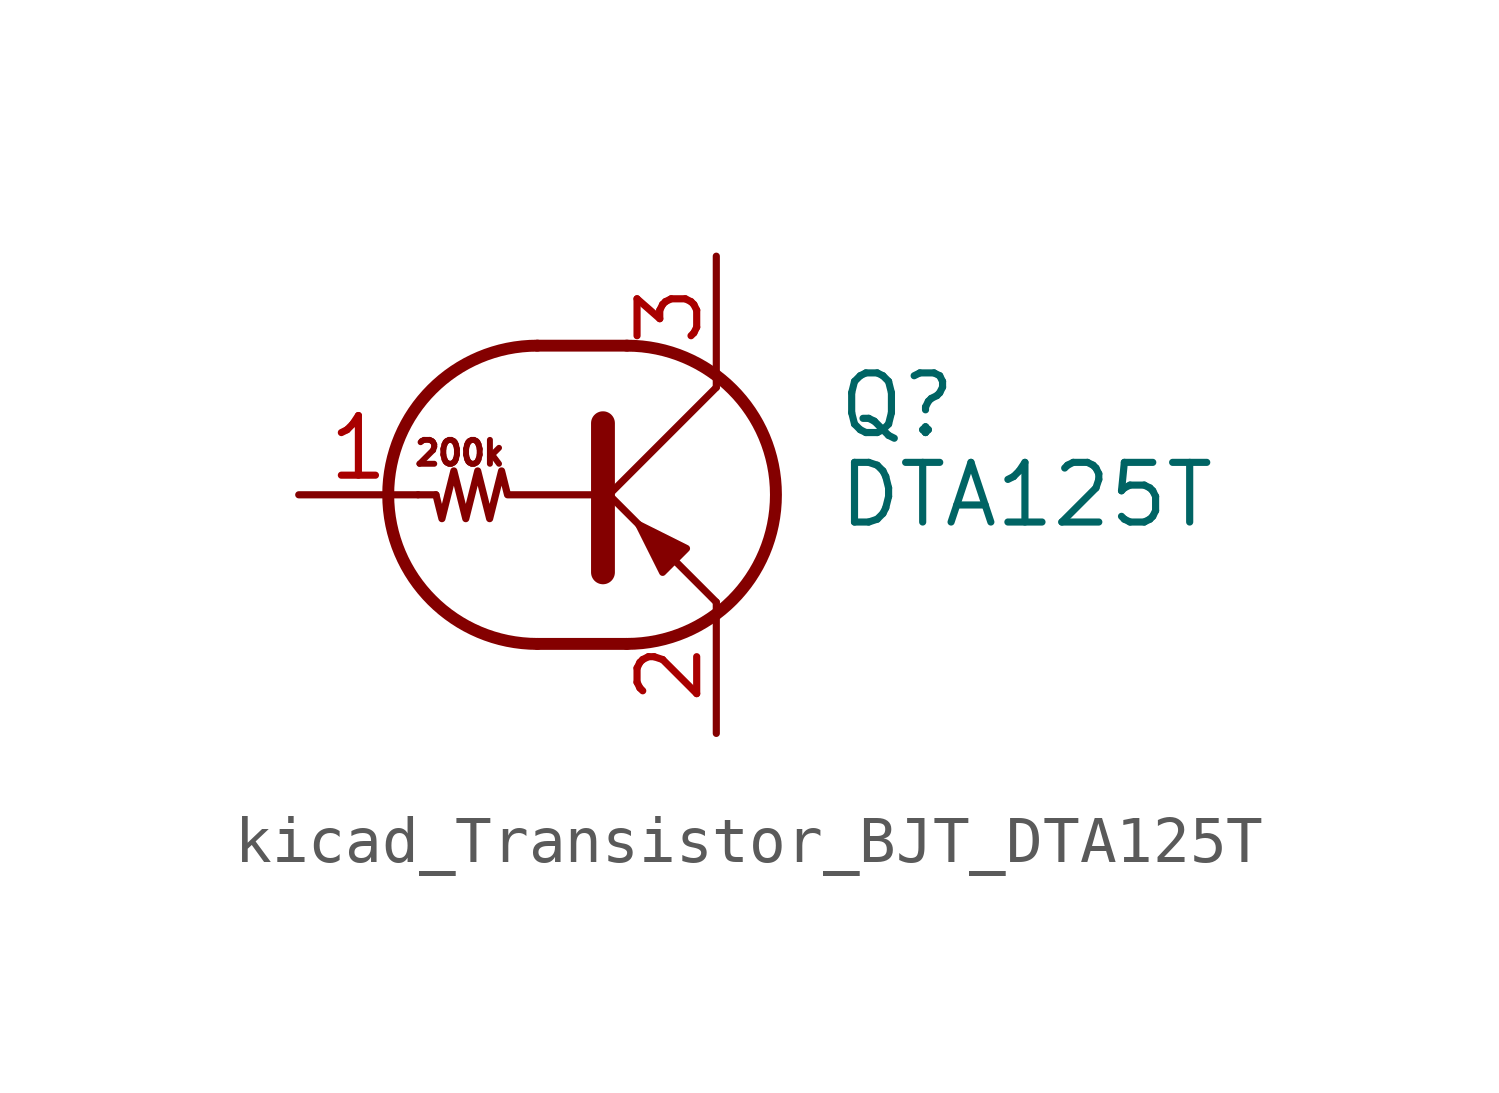
<source format=kicad_sym>
(kicad_symbol_lib
  (version 20220914)
  (generator kicad_symbol_editor)
  (symbol "kicad_Transistor_BJT_DTA125T"
    (pin_names
      (offset 0) hide)
    (property "Reference" "Q"
      (at 5.08 1.905 0)
      (effects (font (size 1.27 1.27)) (justify left)))
    (property "Value" "DTA125T"
      (at 5.08 0 0)
      (effects (font (size 1.27 1.27)) (justify left)))
    (symbol "kicad_Transistor_BJT_DTA125T_0_0"
      (polyline (pts (xy 2.54 -2.286) (xy 2.54 -2.54)) (stroke (width 0) (type default)) (fill (type none)))
      (text "200k" (at -2.921 0.889 0) (effects (font (size 0.508 0.508)))))
    (symbol "kicad_Transistor_BJT_DTA125T_0_1"
      (arc (start -1.27 3.175) (mid -4.4312 0) (end -1.27 -3.175) (stroke (width 0.254) (type default)) (fill (type none)))
      (polyline (pts (xy -3.429 0) (xy -3.81 0)) (stroke (width 0) (type default)) (fill (type none)))
      (polyline (pts (xy -1.27 -3.175) (xy 0.635 -3.175)) (stroke (width 0.254) (type default)) (fill (type none)))
      (polyline (pts (xy -1.27 3.175) (xy 0.635 3.175)) (stroke (width 0.254) (type default)) (fill (type none)))
      (polyline (pts (xy 0 -0.254) (xy 2.54 2.286)) (stroke (width 0) (type default)) (fill (type none)))
      (polyline (pts (xy 0.127 1.524) (xy 0.127 -1.651)) (stroke (width 0.508) (type default)) (fill (type outline)))
      (polyline (pts (xy 2.54 2.286) (xy 2.54 2.54)) (stroke (width 0) (type default)) (fill (type none)))
      (polyline (pts (xy 2.54 -2.286) (xy 0 0.254) (xy 0 0.254)) (stroke (width 0) (type default)) (fill (type none)))
      (polyline (pts (xy 1.397 -1.651) (xy 1.905 -1.143) (xy 0.889 -0.635) (xy 1.397 -1.651)) (stroke (width 0) (type default)) (fill (type outline)))
      (polyline (pts (xy 0 0) (xy -1.905 0) (xy -2.032 0.508) (xy -2.286 -0.508) (xy -2.54 0.508) (xy -2.794 -0.508) (xy -3.048 0.508) (xy -3.302 -0.508) (xy -3.429 0)) (stroke (width 0) (type default)) (fill (type none)))
      (arc (start 0.635 -3.175) (mid 3.7962 0) (end 0.635 3.175) (stroke (width 0.254) (type default)) (fill (type none))))
    (symbol "kicad_Transistor_BJT_DTA125T_1_1"
      (pin input line (at -6.35 0 0) (length 2.54) (name "B" (effects (font (size 1.27 1.27)))) (number "1" (effects (font (size 1.27 1.27)))))
      (pin passive line (at 2.54 -5.08 90) (length 2.54) (name "E" (effects (font (size 1.27 1.27)))) (number "2" (effects (font (size 1.27 1.27)))))
      (pin passive line (at 2.54 5.08 270) (length 2.54) (name "C" (effects (font (size 1.27 1.27)))) (number "3" (effects (font (size 1.27 1.27))))))))
</source>
